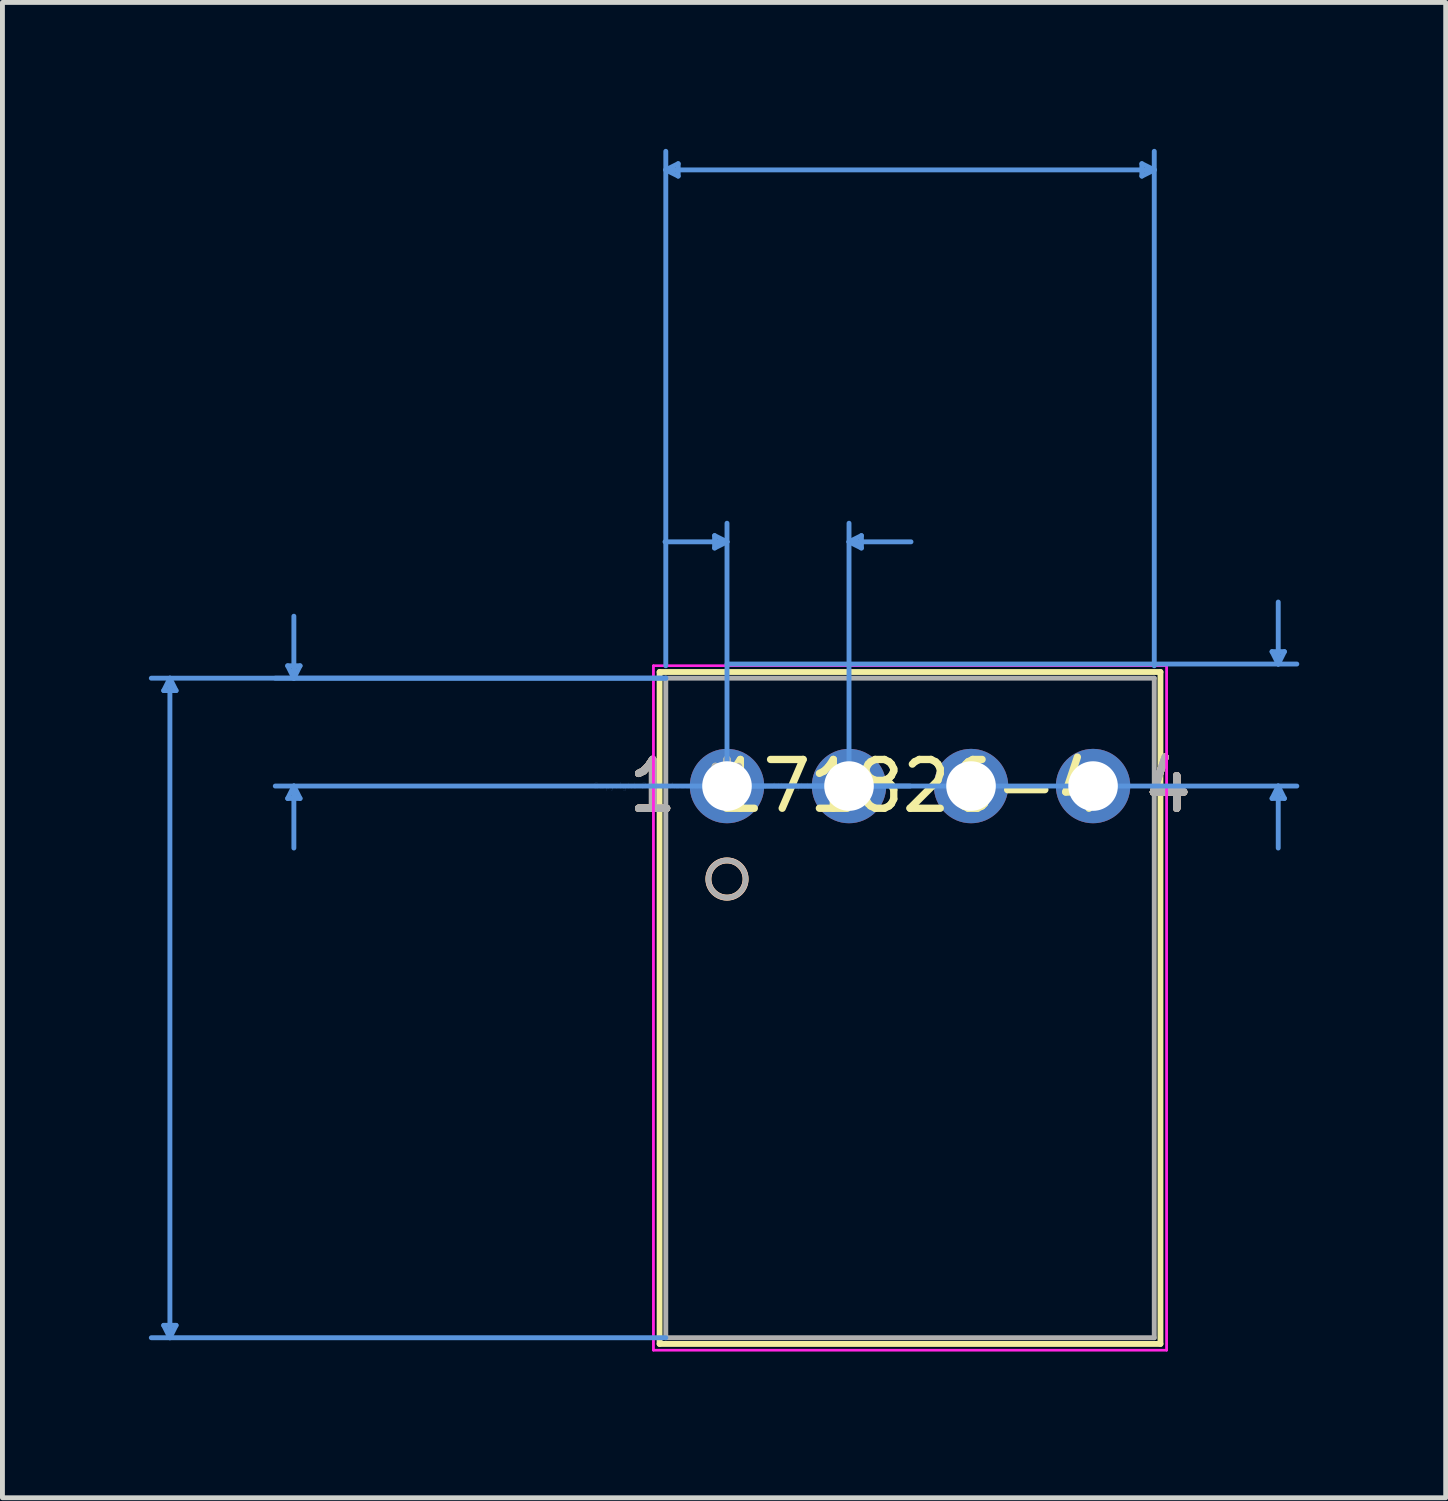
<source format=kicad_pcb>
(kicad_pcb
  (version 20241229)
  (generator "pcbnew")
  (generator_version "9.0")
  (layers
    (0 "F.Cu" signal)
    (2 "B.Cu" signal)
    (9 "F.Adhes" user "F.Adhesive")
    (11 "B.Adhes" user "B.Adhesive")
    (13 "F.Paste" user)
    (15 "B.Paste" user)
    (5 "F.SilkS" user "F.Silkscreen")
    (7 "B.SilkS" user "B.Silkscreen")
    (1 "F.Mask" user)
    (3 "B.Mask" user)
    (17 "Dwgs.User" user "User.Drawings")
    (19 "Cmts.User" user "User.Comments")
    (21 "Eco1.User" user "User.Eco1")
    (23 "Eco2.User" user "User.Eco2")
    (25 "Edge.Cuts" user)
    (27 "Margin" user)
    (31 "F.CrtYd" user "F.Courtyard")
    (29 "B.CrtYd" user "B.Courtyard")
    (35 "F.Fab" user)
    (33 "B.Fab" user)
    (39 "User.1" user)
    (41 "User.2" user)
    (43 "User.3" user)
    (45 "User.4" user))
  (footprint "171826-4"
    (layer "F.Cu")
    (at 11.845 13.055)
    (property "Reference" "171826-4" (at 3.75 0 0) (layer "F.SilkS") (effects (font (size 1 1) (thickness 0.15))))
    (attr through_hole)
    (fp_line (start -1.381 -2.337) (end -1.381 11.43) (stroke (width 0.12) (type solid)) (layer "F.SilkS"))
    (fp_line (start -1.381 11.43) (end 8.881 11.43) (stroke (width 0.12) (type solid)) (layer "F.SilkS"))
    (fp_line (start 8.881 -2.337) (end -1.381 -2.337) (stroke (width 0.12) (type solid)) (layer "F.SilkS"))
    (fp_line (start 8.881 11.43) (end 8.881 -2.337) (stroke (width 0.12) (type solid)) (layer "F.SilkS"))
    (fp_circle (center 0 1.905) (end 0.381 1.905) (stroke (width 0.12) (type solid)) (fill no) (layer "F.SilkS"))
    (fp_circle (center 0 1.905) (end 0.381 1.905) (stroke (width 0.12) (type solid)) (fill no) (layer "B.SilkS"))
    (fp_line (start -11.541 -1.956) (end -11.287 -1.956) (stroke (width 0.1) (type solid)) (layer "Cmts.User"))
    (fp_line (start -11.541 11.049) (end -11.287 11.049) (stroke (width 0.1) (type solid)) (layer "Cmts.User"))
    (fp_line (start -11.414 -2.21) (end -11.541 -1.956) (stroke (width 0.1) (type solid)) (layer "Cmts.User"))
    (fp_line (start -11.414 -2.21) (end -11.414 11.303) (stroke (width 0.1) (type solid)) (layer "Cmts.User"))
    (fp_line (start -11.414 -2.21) (end -11.287 -1.956) (stroke (width 0.1) (type solid)) (layer "Cmts.User"))
    (fp_line (start -11.414 11.303) (end -11.541 11.049) (stroke (width 0.1) (type solid)) (layer "Cmts.User"))
    (fp_line (start -11.414 11.303) (end -11.287 11.049) (stroke (width 0.1) (type solid)) (layer "Cmts.User"))
    (fp_line (start -9.001 -2.464) (end -8.747 -2.464) (stroke (width 0.1) (type solid)) (layer "Cmts.User"))
    (fp_line (start -9.001 0.254) (end -8.747 0.254) (stroke (width 0.1) (type solid)) (layer "Cmts.User"))
    (fp_line (start -8.874 -2.21) (end -9.001 -2.464) (stroke (width 0.1) (type solid)) (layer "Cmts.User"))
    (fp_line (start -8.874 -2.21) (end -8.874 -3.48) (stroke (width 0.1) (type solid)) (layer "Cmts.User"))
    (fp_line (start -8.874 -2.21) (end -8.747 -2.464) (stroke (width 0.1) (type solid)) (layer "Cmts.User"))
    (fp_line (start -8.874 0) (end -9.001 0.254) (stroke (width 0.1) (type solid)) (layer "Cmts.User"))
    (fp_line (start -8.874 0) (end -8.874 1.27) (stroke (width 0.1) (type solid)) (layer "Cmts.User"))
    (fp_line (start -8.874 0) (end -8.747 0.254) (stroke (width 0.1) (type solid)) (layer "Cmts.User"))
    (fp_line (start -1.254 -12.624) (end -1 -12.751) (stroke (width 0.1) (type solid)) (layer "Cmts.User"))
    (fp_line (start -1.254 -12.624) (end -1 -12.497) (stroke (width 0.1) (type solid)) (layer "Cmts.User"))
    (fp_line (start -1.254 -12.624) (end 8.754 -12.624) (stroke (width 0.1) (type solid)) (layer "Cmts.User"))
    (fp_line (start -1.254 -2.464) (end -1.254 -13.005) (stroke (width 0.1) (type solid)) (layer "Cmts.User"))
    (fp_line (start -1.254 -2.21) (end -11.795 -2.21) (stroke (width 0.1) (type solid)) (layer "Cmts.User"))
    (fp_line (start -1.254 -2.21) (end -9.255 -2.21) (stroke (width 0.1) (type solid)) (layer "Cmts.User"))
    (fp_line (start -1.254 11.303) (end -11.795 11.303) (stroke (width 0.1) (type solid)) (layer "Cmts.User"))
    (fp_line (start -1 -12.751) (end -1 -12.497) (stroke (width 0.1) (type solid)) (layer "Cmts.User"))
    (fp_line (start -0.254 -5.131) (end -0.254 -4.877) (stroke (width 0.1) (type solid)) (layer "Cmts.User"))
    (fp_line (start 0 -5.004) (end -1.27 -5.004) (stroke (width 0.1) (type solid)) (layer "Cmts.User"))
    (fp_line (start 0 -5.004) (end -0.254 -5.131) (stroke (width 0.1) (type solid)) (layer "Cmts.User"))
    (fp_line (start 0 -5.004) (end -0.254 -4.877) (stroke (width 0.1) (type solid)) (layer "Cmts.User"))
    (fp_line (start 0 -2.5) (end 11.675 -2.5) (stroke (width 0.1) (type solid)) (layer "Cmts.User"))
    (fp_line (start 0 0) (end 0 -5.385) (stroke (width 0.1) (type solid)) (layer "Cmts.User"))
    (fp_line (start 0 0) (end 11.675 0) (stroke (width 0.1) (type solid)) (layer "Cmts.User"))
    (fp_line (start 2.5 -5.004) (end 2.754 -5.131) (stroke (width 0.1) (type solid)) (layer "Cmts.User"))
    (fp_line (start 2.5 -5.004) (end 2.754 -4.877) (stroke (width 0.1) (type solid)) (layer "Cmts.User"))
    (fp_line (start 2.5 -5.004) (end 3.77 -5.004) (stroke (width 0.1) (type solid)) (layer "Cmts.User"))
    (fp_line (start 2.5 0) (end 2.5 -5.385) (stroke (width 0.1) (type solid)) (layer "Cmts.User"))
    (fp_line (start 2.754 -5.131) (end 2.754 -4.877) (stroke (width 0.1) (type solid)) (layer "Cmts.User"))
    (fp_line (start 3.75 0) (end -9.255 0) (stroke (width 0.1) (type solid)) (layer "Cmts.User"))
    (fp_line (start 8.5 -12.751) (end 8.5 -12.497) (stroke (width 0.1) (type solid)) (layer "Cmts.User"))
    (fp_line (start 8.754 -12.624) (end 8.5 -12.751) (stroke (width 0.1) (type solid)) (layer "Cmts.User"))
    (fp_line (start 8.754 -12.624) (end 8.5 -12.497) (stroke (width 0.1) (type solid)) (layer "Cmts.User"))
    (fp_line (start 8.754 -2.464) (end 8.754 -13.005) (stroke (width 0.1) (type solid)) (layer "Cmts.User"))
    (fp_line (start 11.167 -2.754) (end 11.421 -2.754) (stroke (width 0.1) (type solid)) (layer "Cmts.User"))
    (fp_line (start 11.167 0.254) (end 11.421 0.254) (stroke (width 0.1) (type solid)) (layer "Cmts.User"))
    (fp_line (start 11.294 -2.5) (end 11.167 -2.754) (stroke (width 0.1) (type solid)) (layer "Cmts.User"))
    (fp_line (start 11.294 -2.5) (end 11.294 -3.77) (stroke (width 0.1) (type solid)) (layer "Cmts.User"))
    (fp_line (start 11.294 -2.5) (end 11.421 -2.754) (stroke (width 0.1) (type solid)) (layer "Cmts.User"))
    (fp_line (start 11.294 0) (end 11.167 0.254) (stroke (width 0.1) (type solid)) (layer "Cmts.User"))
    (fp_line (start 11.294 0) (end 11.294 1.27) (stroke (width 0.1) (type solid)) (layer "Cmts.User"))
    (fp_line (start 11.294 0) (end 11.421 0.254) (stroke (width 0.1) (type solid)) (layer "Cmts.User"))
    (fp_line (start -1.508 -2.464) (end -1.508 11.557) (stroke (width 0.05) (type solid)) (layer "F.CrtYd"))
    (fp_line (start -1.508 -2.464) (end -1.508 11.557) (stroke (width 0.05) (type solid)) (layer "F.CrtYd"))
    (fp_line (start -1.508 11.557) (end 9.008 11.557) (stroke (width 0.05) (type solid)) (layer "F.CrtYd"))
    (fp_line (start -1.508 11.557) (end 9.008 11.557) (stroke (width 0.05) (type solid)) (layer "F.CrtYd"))
    (fp_line (start 9.008 -2.464) (end -1.508 -2.464) (stroke (width 0.05) (type solid)) (layer "F.CrtYd"))
    (fp_line (start 9.008 -2.464) (end -1.508 -2.464) (stroke (width 0.05) (type solid)) (layer "F.CrtYd"))
    (fp_line (start 9.008 11.557) (end 9.008 -2.464) (stroke (width 0.05) (type solid)) (layer "F.CrtYd"))
    (fp_line (start 9.008 11.557) (end 9.008 -2.464) (stroke (width 0.05) (type solid)) (layer "F.CrtYd"))
    (fp_line (start -1.254 -2.21) (end -1.254 11.303) (stroke (width 0.1) (type solid)) (layer "F.Fab"))
    (fp_line (start -1.254 11.303) (end 8.754 11.303) (stroke (width 0.1) (type solid)) (layer "F.Fab"))
    (fp_line (start 8.754 -2.21) (end -1.254 -2.21) (stroke (width 0.1) (type solid)) (layer "F.Fab"))
    (fp_line (start 8.754 11.303) (end 8.754 -2.21) (stroke (width 0.1) (type solid)) (layer "F.Fab"))
    (fp_circle (center 0 1.905) (end 0.381 1.905) (stroke (width 0.1) (type solid)) (fill no) (layer "F.Fab"))
    (fp_text user "4" (at 9.024 0 0) (layer "F.SilkS") (effects (font (size 1 1) (thickness 0.15))))
    (fp_text user "1" (at -1.524 0 0) (layer "F.SilkS") (effects (font (size 1 1) (thickness 0.15))))
    (fp_text user "1" (at -1.524 0 0) (layer "F.SilkS") (effects (font (size 1 1) (thickness 0.15))))
    (fp_text user "4" (at 9.024 0 0) (layer "F.SilkS") (effects (font (size 1 1) (thickness 0.15))))
    (fp_text user "*" (at 0 0 0) (layer "F.SilkS") (effects (font (size 1 1) (thickness 0.15))))
    (fp_text user "1" (at -1.524 0 0) (layer "B.SilkS") (effects (font (size 1 1) (thickness 0.15))))
    (fp_text user "4" (at 9.024 0 0) (layer "B.SilkS") (effects (font (size 1 1) (thickness 0.15))))
    (fp_text user "4" (at 9.024 0 0) (layer "B.SilkS") (effects (font (size 1 1) (thickness 0.15))))
    (fp_text user "1" (at -1.524 0 0) (layer "B.SilkS") (effects (font (size 1 1) (thickness 0.15))))
    (fp_text user "Copyright 2021 Accelerated Designs. All rights reserved." (at 0 0 0) (layer "Cmts.User") (effects (font (size 0.127 0.127) (thickness 0.002))))
    (fp_text user "*" (at 0 0 0) (layer "F.Fab") (effects (font (size 1 1) (thickness 0.15))))
    (fp_text user "1" (at -1.524 0 0) (layer "F.Fab") (effects (font (size 1 1) (thickness 0.15))))
    (fp_text user "4" (at 9.024 0 0) (layer "F.Fab") (effects (font (size 1 1) (thickness 0.15))))
    (fp_text user "1" (at -1.524 0 0) (layer "F.Fab") (effects (font (size 1 1) (thickness 0.15))))
    (fp_text user "4" (at 9.024 0 0) (layer "F.Fab") (effects (font (size 1 1) (thickness 0.15))))
    (pad "1" thru_hole circle (at 0 0) (size 1.524 1.524) (drill 1.016) (layers "*.Cu" "*.Mask"))
    (pad "2" thru_hole circle (at 2.5 0) (size 1.524 1.524) (drill 1.016) (layers "*.Cu" "*.Mask"))
    (pad "3" thru_hole circle (at 5 0) (size 1.524 1.524) (drill 1.016) (layers "*.Cu" "*.Mask"))
    (pad "4" thru_hole circle (at 7.5 0) (size 1.524 1.524) (drill 1.016) (layers "*.Cu" "*.Mask")))
  (gr_rect
    (start -3 -3)
    (end 26.57 27.637)
    (stroke (width 0.1) (type default))
    (fill no)
    (layer "Edge.Cuts")))
</source>
